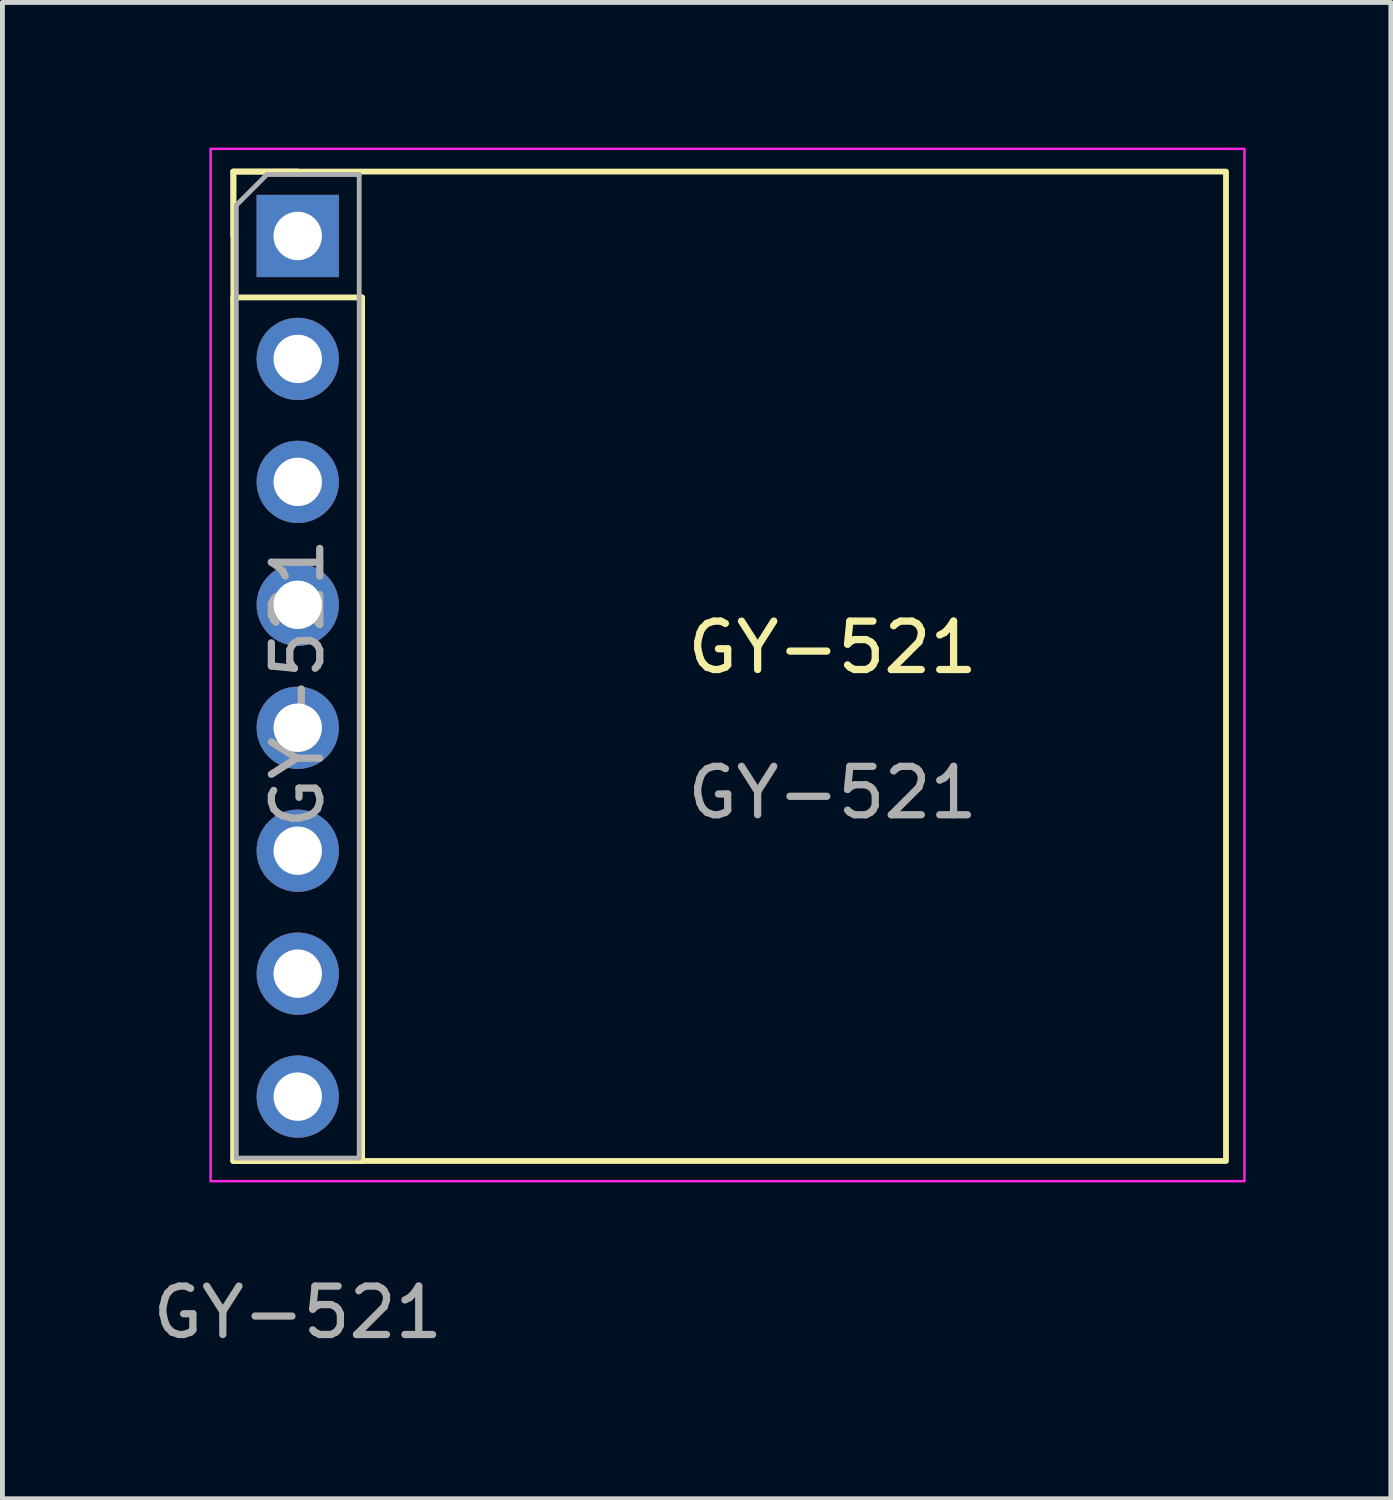
<source format=kicad_pcb>
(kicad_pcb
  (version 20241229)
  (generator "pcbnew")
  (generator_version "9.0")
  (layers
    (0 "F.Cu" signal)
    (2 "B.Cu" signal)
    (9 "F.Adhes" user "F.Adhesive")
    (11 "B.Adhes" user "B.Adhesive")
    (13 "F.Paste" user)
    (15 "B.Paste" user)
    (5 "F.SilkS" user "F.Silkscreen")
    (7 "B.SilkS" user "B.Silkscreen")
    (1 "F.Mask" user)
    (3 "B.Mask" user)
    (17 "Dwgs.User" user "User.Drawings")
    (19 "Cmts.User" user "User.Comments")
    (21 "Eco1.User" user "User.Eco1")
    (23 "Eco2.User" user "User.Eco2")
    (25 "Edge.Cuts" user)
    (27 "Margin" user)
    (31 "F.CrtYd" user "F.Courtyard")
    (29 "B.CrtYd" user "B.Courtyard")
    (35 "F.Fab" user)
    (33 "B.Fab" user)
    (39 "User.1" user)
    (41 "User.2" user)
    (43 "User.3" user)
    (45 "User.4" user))
  (footprint "GY-521"
    (layer "F.Cu")
    (at 3.101 1.825)
    (property "Reference" "GY-521" (at 11.049 8.502 0) (unlocked yes) (layer "F.SilkS") (effects (font (size 1 1) (thickness 0.15))))
    (attr through_hole)
    (fp_line (start -1.33 -1.33) (end 0 -1.33) (stroke (width 0.12) (type solid)) (layer "F.SilkS"))
    (fp_line (start -1.33 0) (end -1.33 -1.33) (stroke (width 0.12) (type solid)) (layer "F.SilkS"))
    (fp_line (start -1.33 1.27) (end -1.33 19.11) (stroke (width 0.12) (type solid)) (layer "F.SilkS"))
    (fp_line (start -1.33 1.27) (end 1.33 1.27) (stroke (width 0.12) (type solid)) (layer "F.SilkS"))
    (fp_line (start -1.33 19.11) (end 1.33 19.11) (stroke (width 0.12) (type solid)) (layer "F.SilkS"))
    (fp_line (start 1.33 1.27) (end 1.33 19.11) (stroke (width 0.12) (type solid)) (layer "F.SilkS"))
    (fp_rect (start -1.33 -1.33) (end 19.177 19.11) (stroke (width 0.12) (type solid)) (fill no) (layer "F.SilkS"))
    (fp_rect (start -1.8 -1.8) (end 19.558 19.527) (stroke (width 0.05) (type solid)) (fill no) (layer "F.CrtYd"))
    (fp_line (start -1.27 -0.635) (end -0.635 -1.27) (stroke (width 0.1) (type solid)) (layer "F.Fab"))
    (fp_line (start -1.27 19.05) (end -1.27 -0.635) (stroke (width 0.1) (type solid)) (layer "F.Fab"))
    (fp_line (start -0.635 -1.27) (end 1.27 -1.27) (stroke (width 0.1) (type solid)) (layer "F.Fab"))
    (fp_line (start 1.27 -1.27) (end 1.27 19.05) (stroke (width 0.1) (type solid)) (layer "F.Fab"))
    (fp_line (start 1.27 19.05) (end -1.27 19.05) (stroke (width 0.1) (type solid)) (layer "F.Fab"))
    (fp_text user "${REFERENCE}" (at 0 22.24 0) (unlocked yes) (layer "F.Fab") (effects (font (size 1 1) (thickness 0.15))))
    (fp_text user "${REFERENCE}" (at 0 9.24 270) (layer "F.Fab") (effects (font (size 1 1) (thickness 0.15))))
    (fp_text user "${REFERENCE}" (at 11.049 11.502 0) (unlocked yes) (layer "F.Fab") (effects (font (size 1 1) (thickness 0.15))))
    (pad "1" thru_hole rect (at 0 0) (size 1.7 1.7) (drill 1) (layers "*.Cu" "*.Mask"))
    (pad "2" thru_hole oval (at 0 2.54) (size 1.7 1.7) (drill 1) (layers "*.Cu" "*.Mask"))
    (pad "3" thru_hole oval (at 0 5.08) (size 1.7 1.7) (drill 1) (layers "*.Cu" "*.Mask"))
    (pad "4" thru_hole oval (at 0 7.62) (size 1.7 1.7) (drill 1) (layers "*.Cu" "*.Mask"))
    (pad "5" thru_hole oval (at 0 10.16) (size 1.7 1.7) (drill 1) (layers "*.Cu" "*.Mask"))
    (pad "6" thru_hole oval (at 0 12.7) (size 1.7 1.7) (drill 1) (layers "*.Cu" "*.Mask"))
    (pad "7" thru_hole oval (at 0 15.24) (size 1.7 1.7) (drill 1) (layers "*.Cu" "*.Mask"))
    (pad "8" thru_hole oval (at 0 17.78) (size 1.7 1.7) (drill 1) (layers "*.Cu" "*.Mask")))
  (gr_rect
    (start -3 -3)
    (end 25.684 27.913)
    (stroke (width 0.1) (type default))
    (fill no)
    (layer "Edge.Cuts")))
</source>
